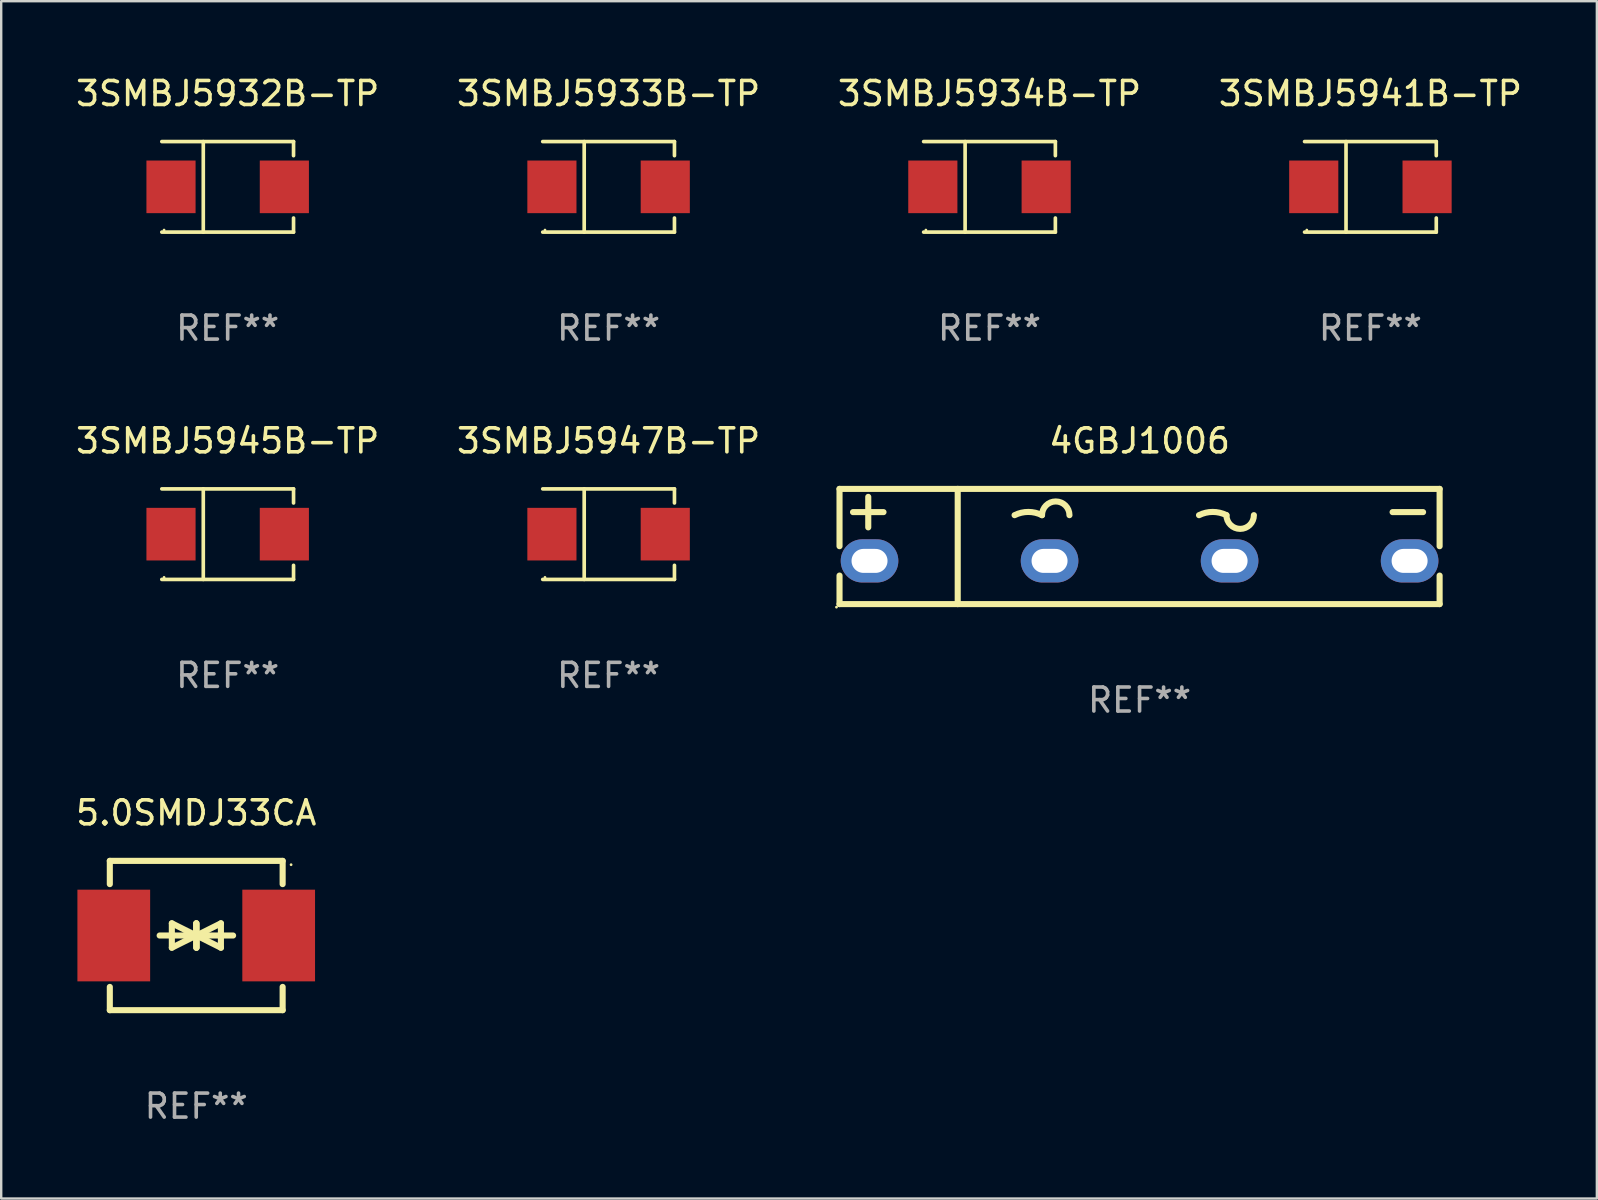
<source format=kicad_pcb>
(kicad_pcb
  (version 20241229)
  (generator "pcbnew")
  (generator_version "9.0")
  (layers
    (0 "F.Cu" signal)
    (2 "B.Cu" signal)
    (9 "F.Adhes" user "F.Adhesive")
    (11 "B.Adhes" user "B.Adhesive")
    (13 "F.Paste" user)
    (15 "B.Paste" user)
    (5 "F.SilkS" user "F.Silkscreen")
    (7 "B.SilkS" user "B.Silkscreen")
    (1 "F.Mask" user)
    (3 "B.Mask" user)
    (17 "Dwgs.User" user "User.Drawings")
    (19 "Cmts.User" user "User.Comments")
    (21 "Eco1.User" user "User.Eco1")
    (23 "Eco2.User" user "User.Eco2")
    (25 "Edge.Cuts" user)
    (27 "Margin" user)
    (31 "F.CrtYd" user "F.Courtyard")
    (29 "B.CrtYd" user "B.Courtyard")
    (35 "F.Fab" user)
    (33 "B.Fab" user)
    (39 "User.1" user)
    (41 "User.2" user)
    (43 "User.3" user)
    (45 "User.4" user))
  (footprint "5.0SMDJ33CA"
    (layer "F.Cu")
    (at 5.125 35.924)
    (property "Reference" "5.0SMDJ33CA" (at 0 -5.11 0) (layer "F.SilkS") (effects (font (size 1 1) (thickness 0.15))))
    (attr through_hole)
    (fp_line (start -3.6 -2.141) (end -3.6 -3.11) (stroke (width 0.254) (type solid)) (layer "F.SilkS"))
    (fp_line (start -3.6 3.11) (end -3.6 2.141) (stroke (width 0.254) (type solid)) (layer "F.SilkS"))
    (fp_line (start -1.524 0) (end 0.508 0) (stroke (width 0.254) (type solid)) (layer "F.SilkS"))
    (fp_line (start -1.016 -0.508) (end -1.016 0.508) (stroke (width 0.254) (type solid)) (layer "F.SilkS"))
    (fp_line (start -1.016 0.508) (end 0 0) (stroke (width 0.254) (type solid)) (layer "F.SilkS"))
    (fp_line (start 0 -0.508) (end 0 0.508) (stroke (width 0.254) (type solid)) (layer "F.SilkS"))
    (fp_line (start 0 0) (end -1.016 -0.508) (stroke (width 0.254) (type solid)) (layer "F.SilkS"))
    (fp_line (start 0 0) (end 0 -0.508) (stroke (width 0.254) (type solid)) (layer "F.SilkS"))
    (fp_line (start 0.012 0) (end 0.012 0.508) (stroke (width 0.254) (type solid)) (layer "F.SilkS"))
    (fp_line (start 0.012 0) (end 1.028 0.508) (stroke (width 0.254) (type solid)) (layer "F.SilkS"))
    (fp_line (start 0.012 0.508) (end 0.012 -0.508) (stroke (width 0.254) (type solid)) (layer "F.SilkS"))
    (fp_line (start 1.028 -0.508) (end 0.012 0) (stroke (width 0.254) (type solid)) (layer "F.SilkS"))
    (fp_line (start 1.028 0.508) (end 1.028 -0.508) (stroke (width 0.254) (type solid)) (layer "F.SilkS"))
    (fp_line (start 1.536 0) (end -0.496 0) (stroke (width 0.254) (type solid)) (layer "F.SilkS"))
    (fp_line (start 3.6 -3.11) (end -3.6 -3.11) (stroke (width 0.254) (type solid)) (layer "F.SilkS"))
    (fp_line (start 3.6 -2.141) (end 3.6 -3.11) (stroke (width 0.254) (type solid)) (layer "F.SilkS"))
    (fp_line (start 3.6 3.11) (end -3.6 3.11) (stroke (width 0.254) (type solid)) (layer "F.SilkS"))
    (fp_line (start 3.6 3.11) (end 3.6 2.141) (stroke (width 0.254) (type solid)) (layer "F.SilkS"))
    (fp_circle (center 3.952 -2.95) (end 3.982 -2.95) (stroke (width 0.06) (type solid)) (fill no) (layer "F.SilkS"))
    (fp_text user "REF**" (at 0 7.11 0) (layer "F.Fab") (effects (font (size 1 1) (thickness 0.15))))
    (pad "1" smd rect (at 3.435 0) (size 3.03 3.82) (layers "F.Cu" "F.Mask" "F.Paste"))
    (pad "2" smd rect (at -3.435 0) (size 3.03 3.82) (layers "F.Cu" "F.Mask" "F.Paste")))
  (footprint "3SMBJ5947B-TP"
    (layer "F.Cu")
    (at 22.304 19.203)
    (property "Reference" "3SMBJ5947B-TP" (at 0 -3.886 0) (layer "F.SilkS") (effects (font (size 1 1) (thickness 0.15))))
    (attr through_hole)
    (fp_line (start -2.744 -1.886) (end 2.744 -1.886) (stroke (width 0.152) (type solid)) (layer "F.SilkS"))
    (fp_line (start -2.744 1.886) (end 2.744 1.886) (stroke (width 0.152) (type solid)) (layer "F.SilkS"))
    (fp_line (start -1.016 -1.886) (end -1.016 1.886) (stroke (width 0.152) (type solid)) (layer "F.SilkS"))
    (fp_line (start 2.744 -1.886) (end 2.744 -1.299) (stroke (width 0.152) (type solid)) (layer "F.SilkS"))
    (fp_line (start 2.744 1.886) (end 2.744 1.299) (stroke (width 0.152) (type solid)) (layer "F.SilkS"))
    (fp_circle (center -2.65 1.8) (end -2.62 1.8) (stroke (width 0.06) (type solid)) (fill no) (layer "F.SilkS"))
    (fp_text user "REF**" (at 0 5.886 0) (layer "F.Fab") (effects (font (size 1 1) (thickness 0.15))))
    (pad "1" smd rect (at -2.361 0) (size 2.047 2.192) (layers "F.Cu" "F.Mask" "F.Paste"))
    (pad "2" smd rect (at 2.361 0) (size 2.047 2.192) (layers "F.Cu" "F.Mask" "F.Paste")))
  (footprint "3SMBJ5934B-TP"
    (layer "F.Cu")
    (at 38.173 4.734)
    (property "Reference" "3SMBJ5934B-TP" (at 0 -3.886 0) (layer "F.SilkS") (effects (font (size 1 1) (thickness 0.15))))
    (attr through_hole)
    (fp_line (start -2.744 -1.886) (end 2.744 -1.886) (stroke (width 0.152) (type solid)) (layer "F.SilkS"))
    (fp_line (start -2.744 1.886) (end 2.744 1.886) (stroke (width 0.152) (type solid)) (layer "F.SilkS"))
    (fp_line (start -1.016 -1.886) (end -1.016 1.886) (stroke (width 0.152) (type solid)) (layer "F.SilkS"))
    (fp_line (start 2.744 -1.886) (end 2.744 -1.299) (stroke (width 0.152) (type solid)) (layer "F.SilkS"))
    (fp_line (start 2.744 1.886) (end 2.744 1.299) (stroke (width 0.152) (type solid)) (layer "F.SilkS"))
    (fp_circle (center -2.65 1.8) (end -2.62 1.8) (stroke (width 0.06) (type solid)) (fill no) (layer "F.SilkS"))
    (fp_text user "REF**" (at 0 5.886 0) (layer "F.Fab") (effects (font (size 1 1) (thickness 0.15))))
    (pad "1" smd rect (at -2.361 0) (size 2.047 2.192) (layers "F.Cu" "F.Mask" "F.Paste"))
    (pad "2" smd rect (at 2.361 0) (size 2.047 2.192) (layers "F.Cu" "F.Mask" "F.Paste")))
  (footprint "4GBJ1006"
    (layer "F.Cu")
    (at 44.425 19.717)
    (property "Reference" "4GBJ1006" (at 0 -4.4 0) (layer "F.SilkS") (effects (font (size 1 1) (thickness 0.15))))
    (attr through_hole)
    (fp_line (start -12.5 -2.4) (end -12.5 -0.012) (stroke (width 0.254) (type solid)) (layer "F.SilkS"))
    (fp_line (start -12.5 -2.4) (end 12.5 -2.4) (stroke (width 0.254) (type solid)) (layer "F.SilkS"))
    (fp_line (start -12.5 1.212) (end -12.5 2.4) (stroke (width 0.254) (type solid)) (layer "F.SilkS"))
    (fp_line (start -12.5 2.4) (end 12.5 2.4) (stroke (width 0.254) (type solid)) (layer "F.SilkS"))
    (fp_line (start -11.938 -1.432) (end -10.668 -1.432) (stroke (width 0.254) (type solid)) (layer "F.SilkS"))
    (fp_line (start -11.303 -0.797) (end -11.303 -2.067) (stroke (width 0.254) (type solid)) (layer "F.SilkS"))
    (fp_line (start -7.576 -2.4) (end -7.576 2.4) (stroke (width 0.254) (type solid)) (layer "F.SilkS"))
    (fp_line (start 10.541 -1.432) (end 11.811 -1.432) (stroke (width 0.254) (type solid)) (layer "F.SilkS"))
    (fp_line (start 12.5 -2.4) (end 12.5 -0.012) (stroke (width 0.254) (type solid)) (layer "F.SilkS"))
    (fp_line (start 12.5 1.212) (end 12.5 2.4) (stroke (width 0.254) (type solid)) (layer "F.SilkS"))
    (fp_arc (start -5.20701 -1.305004) (mid -4.635509 -1.439917) (end -4.064008 -1.305004) (stroke (width 0.254001) (type solid)) (layer "F.SilkS"))
    (fp_arc (start -4.064008 -1.305004) (mid -3.492507 -1.876505) (end -2.921006 -1.305004) (stroke (width 0.254001) (type solid)) (layer "F.SilkS"))
    (fp_arc (start 2.476505 -1.305004) (mid 3.048006 -1.439917) (end 3.619507 -1.305004) (stroke (width 0.254001) (type solid)) (layer "F.SilkS"))
    (fp_arc (start 4.76251 -1.305004) (mid 4.191008 -0.733502) (end 3.619506 -1.305004) (stroke (width 0.254001) (type solid)) (layer "F.SilkS"))
    (fp_circle (center -12.627 2.527) (end -12.597 2.527) (stroke (width 0.06) (type solid)) (fill no) (layer "F.SilkS"))
    (fp_text user "REF**" (at 0 6.4 0) (layer "F.Fab") (effects (font (size 1 1) (thickness 0.15))))
    (pad "1" thru_hole oval (at -11.25 0.6 90) (size 1.8 2.4) (drill oval 1 1.5) (layers "*.Cu" "*.Mask"))
    (pad "2" thru_hole oval (at -3.75 0.6 90) (size 1.8 2.4) (drill oval 1 1.5) (layers "*.Cu" "*.Mask"))
    (pad "3" thru_hole oval (at 3.75 0.6 90) (size 1.8 2.4) (drill oval 1 1.5) (layers "*.Cu" "*.Mask"))
    (pad "4" thru_hole oval (at 11.25 0.6 90) (size 1.8 2.4) (drill oval 1 1.5) (layers "*.Cu" "*.Mask")))
  (footprint "3SMBJ5932B-TP"
    (layer "F.Cu")
    (at 6.435 4.734)
    (property "Reference" "3SMBJ5932B-TP" (at 0 -3.886 0) (layer "F.SilkS") (effects (font (size 1 1) (thickness 0.15))))
    (attr through_hole)
    (fp_line (start -2.744 -1.886) (end 2.744 -1.886) (stroke (width 0.152) (type solid)) (layer "F.SilkS"))
    (fp_line (start -2.744 1.886) (end 2.744 1.886) (stroke (width 0.152) (type solid)) (layer "F.SilkS"))
    (fp_line (start -1.016 -1.886) (end -1.016 1.886) (stroke (width 0.152) (type solid)) (layer "F.SilkS"))
    (fp_line (start 2.744 -1.886) (end 2.744 -1.299) (stroke (width 0.152) (type solid)) (layer "F.SilkS"))
    (fp_line (start 2.744 1.886) (end 2.744 1.299) (stroke (width 0.152) (type solid)) (layer "F.SilkS"))
    (fp_circle (center -2.65 1.8) (end -2.62 1.8) (stroke (width 0.06) (type solid)) (fill no) (layer "F.SilkS"))
    (fp_text user "REF**" (at 0 5.886 0) (layer "F.Fab") (effects (font (size 1 1) (thickness 0.15))))
    (pad "1" smd rect (at -2.361 0) (size 2.047 2.192) (layers "F.Cu" "F.Mask" "F.Paste"))
    (pad "2" smd rect (at 2.361 0) (size 2.047 2.192) (layers "F.Cu" "F.Mask" "F.Paste")))
  (footprint "3SMBJ5945B-TP"
    (layer "F.Cu")
    (at 6.435 19.203)
    (property "Reference" "3SMBJ5945B-TP" (at 0 -3.886 0) (layer "F.SilkS") (effects (font (size 1 1) (thickness 0.15))))
    (attr through_hole)
    (fp_line (start -2.744 -1.886) (end 2.744 -1.886) (stroke (width 0.152) (type solid)) (layer "F.SilkS"))
    (fp_line (start -2.744 1.886) (end 2.744 1.886) (stroke (width 0.152) (type solid)) (layer "F.SilkS"))
    (fp_line (start -1.016 -1.886) (end -1.016 1.886) (stroke (width 0.152) (type solid)) (layer "F.SilkS"))
    (fp_line (start 2.744 -1.886) (end 2.744 -1.299) (stroke (width 0.152) (type solid)) (layer "F.SilkS"))
    (fp_line (start 2.744 1.886) (end 2.744 1.299) (stroke (width 0.152) (type solid)) (layer "F.SilkS"))
    (fp_circle (center -2.65 1.8) (end -2.62 1.8) (stroke (width 0.06) (type solid)) (fill no) (layer "F.SilkS"))
    (fp_text user "REF**" (at 0 5.886 0) (layer "F.Fab") (effects (font (size 1 1) (thickness 0.15))))
    (pad "1" smd rect (at -2.361 0) (size 2.047 2.192) (layers "F.Cu" "F.Mask" "F.Paste"))
    (pad "2" smd rect (at 2.361 0) (size 2.047 2.192) (layers "F.Cu" "F.Mask" "F.Paste")))
  (footprint "3SMBJ5933B-TP"
    (layer "F.Cu")
    (at 22.304 4.734)
    (property "Reference" "3SMBJ5933B-TP" (at 0 -3.886 0) (layer "F.SilkS") (effects (font (size 1 1) (thickness 0.15))))
    (attr through_hole)
    (fp_line (start -2.744 -1.886) (end 2.744 -1.886) (stroke (width 0.152) (type solid)) (layer "F.SilkS"))
    (fp_line (start -2.744 1.886) (end 2.744 1.886) (stroke (width 0.152) (type solid)) (layer "F.SilkS"))
    (fp_line (start -1.016 -1.886) (end -1.016 1.886) (stroke (width 0.152) (type solid)) (layer "F.SilkS"))
    (fp_line (start 2.744 -1.886) (end 2.744 -1.299) (stroke (width 0.152) (type solid)) (layer "F.SilkS"))
    (fp_line (start 2.744 1.886) (end 2.744 1.299) (stroke (width 0.152) (type solid)) (layer "F.SilkS"))
    (fp_circle (center -2.65 1.8) (end -2.62 1.8) (stroke (width 0.06) (type solid)) (fill no) (layer "F.SilkS"))
    (fp_text user "REF**" (at 0 5.886 0) (layer "F.Fab") (effects (font (size 1 1) (thickness 0.15))))
    (pad "1" smd rect (at -2.361 0) (size 2.047 2.192) (layers "F.Cu" "F.Mask" "F.Paste"))
    (pad "2" smd rect (at 2.361 0) (size 2.047 2.192) (layers "F.Cu" "F.Mask" "F.Paste")))
  (footprint "3SMBJ5941B-TP"
    (layer "F.Cu")
    (at 54.042 4.734)
    (property "Reference" "3SMBJ5941B-TP" (at 0 -3.886 0) (layer "F.SilkS") (effects (font (size 1 1) (thickness 0.15))))
    (attr through_hole)
    (fp_line (start -2.744 -1.886) (end 2.744 -1.886) (stroke (width 0.152) (type solid)) (layer "F.SilkS"))
    (fp_line (start -2.744 1.886) (end 2.744 1.886) (stroke (width 0.152) (type solid)) (layer "F.SilkS"))
    (fp_line (start -1.016 -1.886) (end -1.016 1.886) (stroke (width 0.152) (type solid)) (layer "F.SilkS"))
    (fp_line (start 2.744 -1.886) (end 2.744 -1.299) (stroke (width 0.152) (type solid)) (layer "F.SilkS"))
    (fp_line (start 2.744 1.886) (end 2.744 1.299) (stroke (width 0.152) (type solid)) (layer "F.SilkS"))
    (fp_circle (center -2.65 1.8) (end -2.62 1.8) (stroke (width 0.06) (type solid)) (fill no) (layer "F.SilkS"))
    (fp_text user "REF**" (at 0 5.886 0) (layer "F.Fab") (effects (font (size 1 1) (thickness 0.15))))
    (pad "1" smd rect (at -2.361 0) (size 2.047 2.192) (layers "F.Cu" "F.Mask" "F.Paste"))
    (pad "2" smd rect (at 2.361 0) (size 2.047 2.192) (layers "F.Cu" "F.Mask" "F.Paste")))
  (gr_rect
    (start -3 -3)
    (end 63.476 46.882)
    (stroke (width 0.1) (type default))
    (fill no)
    (layer "Edge.Cuts")))
</source>
